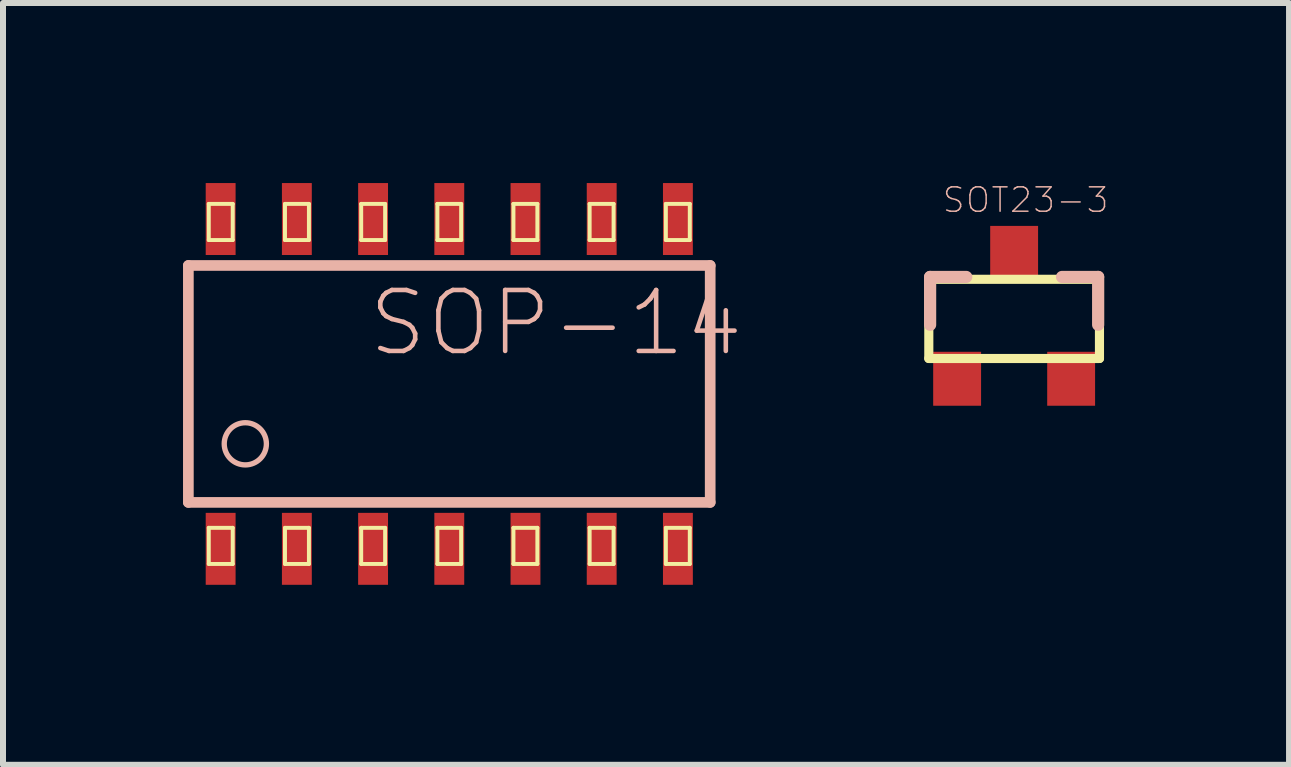
<source format=kicad_pcb>
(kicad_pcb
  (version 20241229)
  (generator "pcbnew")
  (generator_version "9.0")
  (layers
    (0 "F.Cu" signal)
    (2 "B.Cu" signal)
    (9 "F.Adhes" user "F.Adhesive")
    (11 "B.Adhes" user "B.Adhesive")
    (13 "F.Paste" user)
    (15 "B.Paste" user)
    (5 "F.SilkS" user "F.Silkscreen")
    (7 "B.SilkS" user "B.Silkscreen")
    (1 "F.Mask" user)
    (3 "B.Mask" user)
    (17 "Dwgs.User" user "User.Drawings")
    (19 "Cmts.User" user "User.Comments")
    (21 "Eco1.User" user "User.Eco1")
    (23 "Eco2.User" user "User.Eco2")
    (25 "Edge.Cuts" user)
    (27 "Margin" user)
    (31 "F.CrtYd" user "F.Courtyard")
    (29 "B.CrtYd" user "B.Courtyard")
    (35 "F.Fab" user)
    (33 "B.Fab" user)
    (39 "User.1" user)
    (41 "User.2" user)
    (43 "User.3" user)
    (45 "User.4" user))
  (footprint "SOT23-3"
    (layer "F.Cu")
    (at 13.85 2.264)
    (property "Reference" "SOT23-3" (at 0.191 -1.981 0) (layer "B.SilkS") (effects (font (size 0.406 0.406) (thickness 0.025))))
    (attr smd)
    (fp_line (start -1.422 -0.66) (end 1.422 -0.66) (stroke (width 0.152) (type solid)) (layer "F.SilkS"))
    (fp_line (start -1.422 0.66) (end -1.422 -0.66) (stroke (width 0.152) (type solid)) (layer "F.SilkS"))
    (fp_line (start 1.422 -0.66) (end 1.422 0.66) (stroke (width 0.152) (type solid)) (layer "F.SilkS"))
    (fp_line (start 1.422 0.66) (end -1.422 0.66) (stroke (width 0.152) (type solid)) (layer "F.SilkS"))
    (fp_line (start -1.4 -0.699) (end -1.4 0.099) (stroke (width 0.203) (type solid)) (layer "B.SilkS"))
    (fp_line (start -0.798 -0.699) (end -1.4 -0.699) (stroke (width 0.203) (type solid)) (layer "B.SilkS"))
    (fp_line (start 0.798 -0.699) (end 1.4 -0.699) (stroke (width 0.203) (type solid)) (layer "B.SilkS"))
    (fp_line (start 1.4 -0.699) (end 1.4 0.099) (stroke (width 0.203) (type solid)) (layer "B.SilkS"))
    (pad "1" smd rect (at -0.95 0.998) (size 0.798 0.899) (layers "F.Cu" "F.Mask" "F.Paste"))
    (pad "2" smd rect (at 0.95 0.998) (size 0.798 0.899) (layers "F.Cu" "F.Mask" "F.Paste"))
    (pad "3" smd rect (at 0 -1.1) (size 0.798 0.899) (layers "F.Cu" "F.Mask" "F.Paste")))
  (footprint "SOP-14"
    (layer "F.Cu")
    (at 4.437 3.348)
    (property "Reference" "SOP-14" (at 1.778 -1.016 180) (layer "B.SilkS") (effects (font (size 1.016 1.016) (thickness 0.076))))
    (attr smd)
    (fp_line (start -4.008 -3) (end -3.609 -3) (stroke (width 0.066) (type solid)) (layer "F.SilkS"))
    (fp_line (start -4.008 -2.398) (end -4.008 -3) (stroke (width 0.066) (type solid)) (layer "F.SilkS"))
    (fp_line (start -4.008 -2.398) (end -3.609 -2.398) (stroke (width 0.066) (type solid)) (layer "F.SilkS"))
    (fp_line (start -4.008 2.398) (end -3.609 2.398) (stroke (width 0.066) (type solid)) (layer "F.SilkS"))
    (fp_line (start -4.008 3) (end -4.008 2.398) (stroke (width 0.066) (type solid)) (layer "F.SilkS"))
    (fp_line (start -4.008 3) (end -3.609 3) (stroke (width 0.066) (type solid)) (layer "F.SilkS"))
    (fp_line (start -3.609 -2.398) (end -3.609 -3) (stroke (width 0.066) (type solid)) (layer "F.SilkS"))
    (fp_line (start -3.609 3) (end -3.609 2.398) (stroke (width 0.066) (type solid)) (layer "F.SilkS"))
    (fp_line (start -2.738 -3) (end -2.339 -3) (stroke (width 0.066) (type solid)) (layer "F.SilkS"))
    (fp_line (start -2.738 -2.398) (end -2.738 -3) (stroke (width 0.066) (type solid)) (layer "F.SilkS"))
    (fp_line (start -2.738 -2.398) (end -2.339 -2.398) (stroke (width 0.066) (type solid)) (layer "F.SilkS"))
    (fp_line (start -2.738 2.398) (end -2.339 2.398) (stroke (width 0.066) (type solid)) (layer "F.SilkS"))
    (fp_line (start -2.738 3) (end -2.738 2.398) (stroke (width 0.066) (type solid)) (layer "F.SilkS"))
    (fp_line (start -2.738 3) (end -2.339 3) (stroke (width 0.066) (type solid)) (layer "F.SilkS"))
    (fp_line (start -2.339 -2.398) (end -2.339 -3) (stroke (width 0.066) (type solid)) (layer "F.SilkS"))
    (fp_line (start -2.339 3) (end -2.339 2.398) (stroke (width 0.066) (type solid)) (layer "F.SilkS"))
    (fp_line (start -1.468 -3) (end -1.069 -3) (stroke (width 0.066) (type solid)) (layer "F.SilkS"))
    (fp_line (start -1.468 -2.398) (end -1.468 -3) (stroke (width 0.066) (type solid)) (layer "F.SilkS"))
    (fp_line (start -1.468 -2.398) (end -1.069 -2.398) (stroke (width 0.066) (type solid)) (layer "F.SilkS"))
    (fp_line (start -1.468 2.398) (end -1.069 2.398) (stroke (width 0.066) (type solid)) (layer "F.SilkS"))
    (fp_line (start -1.468 3) (end -1.468 2.398) (stroke (width 0.066) (type solid)) (layer "F.SilkS"))
    (fp_line (start -1.468 3) (end -1.069 3) (stroke (width 0.066) (type solid)) (layer "F.SilkS"))
    (fp_line (start -1.069 -2.398) (end -1.069 -3) (stroke (width 0.066) (type solid)) (layer "F.SilkS"))
    (fp_line (start -1.069 3) (end -1.069 2.398) (stroke (width 0.066) (type solid)) (layer "F.SilkS"))
    (fp_line (start -0.198 -3) (end 0.198 -3) (stroke (width 0.066) (type solid)) (layer "F.SilkS"))
    (fp_line (start -0.198 -2.398) (end -0.198 -3) (stroke (width 0.066) (type solid)) (layer "F.SilkS"))
    (fp_line (start -0.198 -2.398) (end 0.198 -2.398) (stroke (width 0.066) (type solid)) (layer "F.SilkS"))
    (fp_line (start -0.198 2.398) (end 0.198 2.398) (stroke (width 0.066) (type solid)) (layer "F.SilkS"))
    (fp_line (start -0.198 3) (end -0.198 2.398) (stroke (width 0.066) (type solid)) (layer "F.SilkS"))
    (fp_line (start -0.198 3) (end 0.198 3) (stroke (width 0.066) (type solid)) (layer "F.SilkS"))
    (fp_line (start 0.198 -2.398) (end 0.198 -3) (stroke (width 0.066) (type solid)) (layer "F.SilkS"))
    (fp_line (start 0.198 3) (end 0.198 2.398) (stroke (width 0.066) (type solid)) (layer "F.SilkS"))
    (fp_line (start 1.069 -3) (end 1.468 -3) (stroke (width 0.066) (type solid)) (layer "F.SilkS"))
    (fp_line (start 1.069 -2.398) (end 1.069 -3) (stroke (width 0.066) (type solid)) (layer "F.SilkS"))
    (fp_line (start 1.069 -2.398) (end 1.468 -2.398) (stroke (width 0.066) (type solid)) (layer "F.SilkS"))
    (fp_line (start 1.069 2.398) (end 1.468 2.398) (stroke (width 0.066) (type solid)) (layer "F.SilkS"))
    (fp_line (start 1.069 3) (end 1.069 2.398) (stroke (width 0.066) (type solid)) (layer "F.SilkS"))
    (fp_line (start 1.069 3) (end 1.468 3) (stroke (width 0.066) (type solid)) (layer "F.SilkS"))
    (fp_line (start 1.468 -2.398) (end 1.468 -3) (stroke (width 0.066) (type solid)) (layer "F.SilkS"))
    (fp_line (start 1.468 3) (end 1.468 2.398) (stroke (width 0.066) (type solid)) (layer "F.SilkS"))
    (fp_line (start 2.339 -3) (end 2.738 -3) (stroke (width 0.066) (type solid)) (layer "F.SilkS"))
    (fp_line (start 2.339 -2.398) (end 2.339 -3) (stroke (width 0.066) (type solid)) (layer "F.SilkS"))
    (fp_line (start 2.339 -2.398) (end 2.738 -2.398) (stroke (width 0.066) (type solid)) (layer "F.SilkS"))
    (fp_line (start 2.339 2.398) (end 2.738 2.398) (stroke (width 0.066) (type solid)) (layer "F.SilkS"))
    (fp_line (start 2.339 3) (end 2.339 2.398) (stroke (width 0.066) (type solid)) (layer "F.SilkS"))
    (fp_line (start 2.339 3) (end 2.738 3) (stroke (width 0.066) (type solid)) (layer "F.SilkS"))
    (fp_line (start 2.738 -2.398) (end 2.738 -3) (stroke (width 0.066) (type solid)) (layer "F.SilkS"))
    (fp_line (start 2.738 3) (end 2.738 2.398) (stroke (width 0.066) (type solid)) (layer "F.SilkS"))
    (fp_line (start 3.609 -3) (end 4.008 -3) (stroke (width 0.066) (type solid)) (layer "F.SilkS"))
    (fp_line (start 3.609 -2.398) (end 3.609 -3) (stroke (width 0.066) (type solid)) (layer "F.SilkS"))
    (fp_line (start 3.609 -2.398) (end 4.008 -2.398) (stroke (width 0.066) (type solid)) (layer "F.SilkS"))
    (fp_line (start 3.609 2.398) (end 4.008 2.398) (stroke (width 0.066) (type solid)) (layer "F.SilkS"))
    (fp_line (start 3.609 3) (end 3.609 2.398) (stroke (width 0.066) (type solid)) (layer "F.SilkS"))
    (fp_line (start 3.609 3) (end 4.008 3) (stroke (width 0.066) (type solid)) (layer "F.SilkS"))
    (fp_line (start 4.008 -2.398) (end 4.008 -3) (stroke (width 0.066) (type solid)) (layer "F.SilkS"))
    (fp_line (start 4.008 3) (end 4.008 2.398) (stroke (width 0.066) (type solid)) (layer "F.SilkS"))
    (fp_line (start -4.348 -1.974) (end 4.348 -1.974) (stroke (width 0.178) (type solid)) (layer "B.SilkS"))
    (fp_line (start -4.348 1.974) (end -4.348 -1.974) (stroke (width 0.178) (type solid)) (layer "B.SilkS"))
    (fp_line (start 4.348 -1.974) (end 4.348 1.974) (stroke (width 0.178) (type solid)) (layer "B.SilkS"))
    (fp_line (start 4.348 1.974) (end -4.348 1.974) (stroke (width 0.178) (type solid)) (layer "B.SilkS"))
    (fp_circle (center -3.399 0.998) (end -3.647 1.247) (stroke (width 0.089) (type solid)) (fill no) (layer "B.SilkS"))
    (pad "1" smd rect (at -3.81 2.748 180) (size 0.498 1.199) (layers "F.Cu" "F.Mask" "F.Paste"))
    (pad "2" smd rect (at -2.54 2.748 180) (size 0.498 1.199) (layers "F.Cu" "F.Mask" "F.Paste"))
    (pad "3" smd rect (at -1.27 2.748 180) (size 0.498 1.199) (layers "F.Cu" "F.Mask" "F.Paste"))
    (pad "4" smd rect (at 0 2.748 180) (size 0.498 1.199) (layers "F.Cu" "F.Mask" "F.Paste"))
    (pad "5" smd rect (at 1.27 2.748 180) (size 0.498 1.199) (layers "F.Cu" "F.Mask" "F.Paste"))
    (pad "6" smd rect (at 2.54 2.748 180) (size 0.498 1.199) (layers "F.Cu" "F.Mask" "F.Paste"))
    (pad "7" smd rect (at 3.81 2.748 180) (size 0.498 1.199) (layers "F.Cu" "F.Mask" "F.Paste"))
    (pad "8" smd rect (at 3.81 -2.748) (size 0.498 1.199) (layers "F.Cu" "F.Mask" "F.Paste"))
    (pad "9" smd rect (at 2.54 -2.748) (size 0.498 1.199) (layers "F.Cu" "F.Mask" "F.Paste"))
    (pad "10" smd rect (at 1.27 -2.748) (size 0.498 1.199) (layers "F.Cu" "F.Mask" "F.Paste"))
    (pad "11" smd rect (at 0 -2.748) (size 0.498 1.199) (layers "F.Cu" "F.Mask" "F.Paste"))
    (pad "12" smd rect (at -1.27 -2.748) (size 0.498 1.199) (layers "F.Cu" "F.Mask" "F.Paste"))
    (pad "13" smd rect (at -2.54 -2.748) (size 0.498 1.199) (layers "F.Cu" "F.Mask" "F.Paste"))
    (pad "14" smd rect (at -3.81 -2.748) (size 0.498 1.199) (layers "F.Cu" "F.Mask" "F.Paste")))
  (gr_rect
    (start -3 -3)
    (end 18.431 9.695)
    (stroke (width 0.1) (type default))
    (fill no)
    (layer "Edge.Cuts")))
</source>
